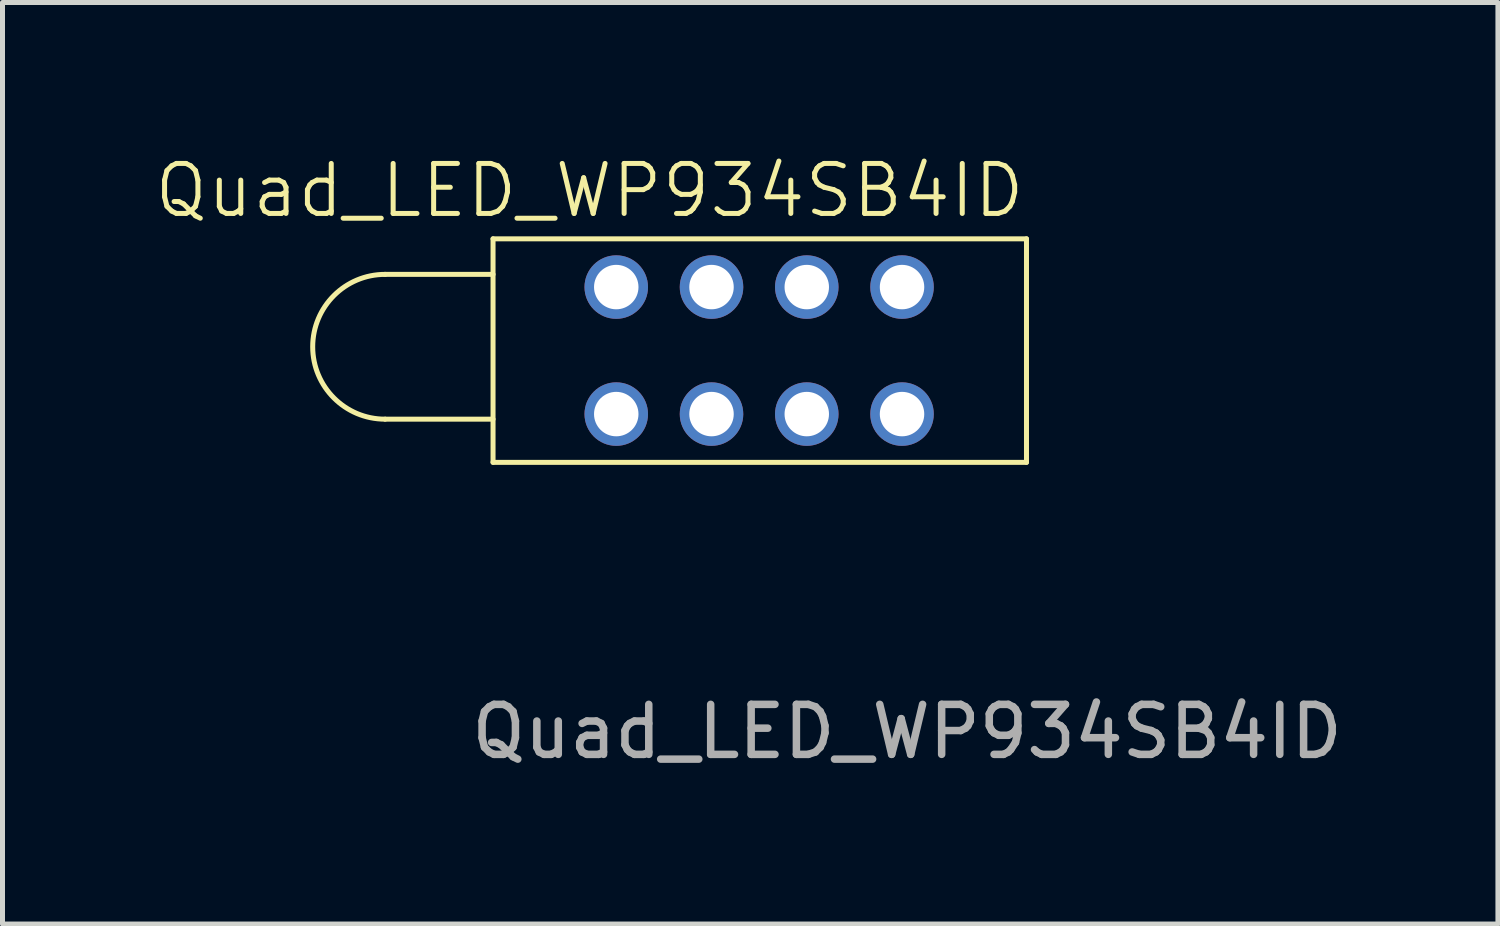
<source format=kicad_pcb>
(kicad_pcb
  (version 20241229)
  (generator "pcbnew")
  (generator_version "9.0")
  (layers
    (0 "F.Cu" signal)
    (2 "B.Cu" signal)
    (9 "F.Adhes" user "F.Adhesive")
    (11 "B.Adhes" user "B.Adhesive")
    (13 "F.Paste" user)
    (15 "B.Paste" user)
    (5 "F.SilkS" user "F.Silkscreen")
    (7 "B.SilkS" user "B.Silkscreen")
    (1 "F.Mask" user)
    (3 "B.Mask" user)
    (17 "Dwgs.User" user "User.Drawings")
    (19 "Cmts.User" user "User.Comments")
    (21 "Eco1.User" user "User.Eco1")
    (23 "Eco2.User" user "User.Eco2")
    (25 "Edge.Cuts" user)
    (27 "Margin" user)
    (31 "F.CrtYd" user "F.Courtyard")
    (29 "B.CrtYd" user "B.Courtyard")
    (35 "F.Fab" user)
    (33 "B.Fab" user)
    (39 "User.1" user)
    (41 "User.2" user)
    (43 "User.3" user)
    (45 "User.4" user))
  (footprint "Quad_LED_WP934SB4ID"
    (layer "F.Cu")
    (at 14.989 5.231)
    (property "Reference" "Quad_LED_WP934SB4ID" (at -6.248 -4.47 0) (unlocked yes) (layer "F.SilkS") (effects (font (size 1 1) (thickness 0.1))))
    (attr through_hole)
    (fp_line (start -10.338 -2.794) (end -8.179 -2.794) (stroke (width 0.1) (type default)) (layer "F.SilkS"))
    (fp_line (start -10.338 0.102) (end -8.179 0.102) (stroke (width 0.1) (type default)) (layer "F.SilkS"))
    (fp_line (start -8.179 -3.505) (end 2.489 -3.505) (stroke (width 0.1) (type default)) (layer "F.SilkS"))
    (fp_line (start -8.179 0.965) (end -8.179 -3.505) (stroke (width 0.1) (type default)) (layer "F.SilkS"))
    (fp_line (start 2.489 -3.505) (end 2.489 0.965) (stroke (width 0.1) (type default)) (layer "F.SilkS"))
    (fp_line (start 2.489 0.965) (end -8.179 0.965) (stroke (width 0.1) (type default)) (layer "F.SilkS"))
    (fp_arc (start -10.3378 0.1016) (mid -11.7856 -1.3462) (end -10.3378 -2.794) (stroke (width 0.1) (type default)) (layer "F.SilkS"))
    (fp_text user "${REFERENCE}" (at 0.102 6.35 0) (unlocked yes) (layer "F.Fab") (effects (font (size 1 1) (thickness 0.15))))
    (pad "1" thru_hole circle (at 0 0) (size 1.27 1.27) (drill 0.889) (layers "*.Cu" "*.Mask"))
    (pad "2" thru_hole circle (at 0 -2.54) (size 1.27 1.27) (drill 0.889) (layers "*.Cu" "*.Mask"))
    (pad "3" thru_hole circle (at -1.905 0) (size 1.27 1.27) (drill 0.889) (layers "*.Cu" "*.Mask"))
    (pad "4" thru_hole circle (at -1.905 -2.54) (size 1.27 1.27) (drill 0.889) (layers "*.Cu" "*.Mask"))
    (pad "5" thru_hole circle (at -3.81 0) (size 1.27 1.27) (drill 0.889) (layers "*.Cu" "*.Mask"))
    (pad "6" thru_hole circle (at -3.81 -2.54) (size 1.27 1.27) (drill 0.889) (layers "*.Cu" "*.Mask"))
    (pad "7" thru_hole circle (at -5.715 0) (size 1.27 1.27) (drill 0.889) (layers "*.Cu" "*.Mask"))
    (pad "8" thru_hole circle (at -5.715 -2.54) (size 1.27 1.27) (drill 0.889) (layers "*.Cu" "*.Mask")))
  (gr_rect
    (start -3 -3)
    (end 26.906 15.429)
    (stroke (width 0.1) (type default))
    (fill no)
    (layer "Edge.Cuts")))
</source>
